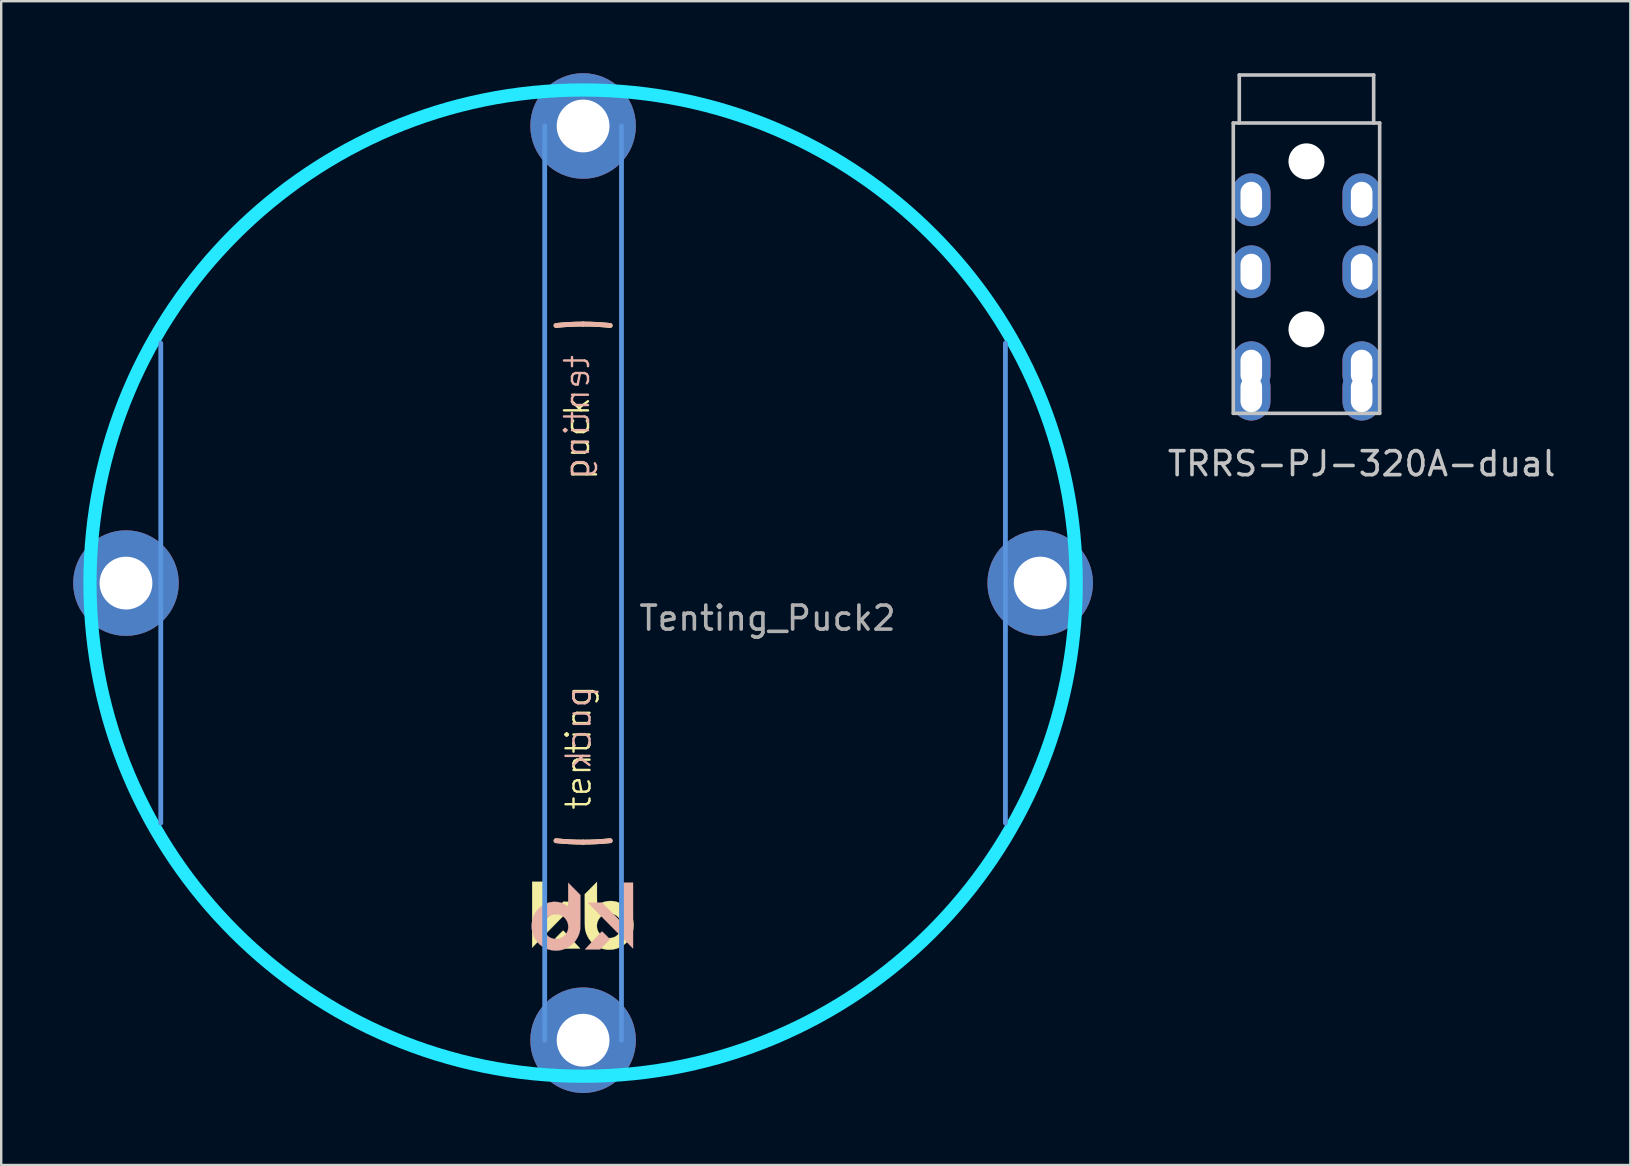
<source format=kicad_pcb>
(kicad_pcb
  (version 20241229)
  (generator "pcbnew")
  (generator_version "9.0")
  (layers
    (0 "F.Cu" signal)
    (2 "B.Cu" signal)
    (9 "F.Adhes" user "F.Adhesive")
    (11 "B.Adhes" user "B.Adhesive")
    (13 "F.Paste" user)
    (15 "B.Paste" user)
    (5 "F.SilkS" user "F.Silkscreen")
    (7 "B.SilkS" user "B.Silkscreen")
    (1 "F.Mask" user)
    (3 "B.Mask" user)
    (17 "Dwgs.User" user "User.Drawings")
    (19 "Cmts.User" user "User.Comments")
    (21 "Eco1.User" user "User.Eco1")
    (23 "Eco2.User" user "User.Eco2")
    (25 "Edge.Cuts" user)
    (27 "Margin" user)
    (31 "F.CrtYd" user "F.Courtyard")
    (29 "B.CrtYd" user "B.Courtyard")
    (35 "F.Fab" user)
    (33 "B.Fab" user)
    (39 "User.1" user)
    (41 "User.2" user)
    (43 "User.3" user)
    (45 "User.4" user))
  (footprint "Tenting_Puck2"
    (layer "F.Cu")
    (at 21.25 21.25)
    (property "Reference" "Tenting_Puck2" (at 7.684 1.46 0) (layer "F.Fab") (effects (font (size 1 1) (thickness 0.15))))
    (attr through_hole)
    (fp_arc (start -20.32 -2.8575) (mid -19.91151 -4.959786) (end -19.286134 -7.008048) (stroke (width 0.2) (type solid)) (layer "F.SilkS"))
    (fp_arc (start -19.286134 7.008047) (mid -19.91151 4.959786) (end -20.32 2.8575) (stroke (width 0.2) (type solid)) (layer "F.SilkS"))
    (fp_arc (start -7.008048 -19.286134) (mid -4.959786 -19.91151) (end -2.8575 -20.32) (stroke (width 0.2) (type solid)) (layer "F.SilkS"))
    (fp_arc (start -2.8575 20.32) (mid -4.959785 19.91151) (end -7.008046 19.286135) (stroke (width 0.2) (type solid)) (layer "F.SilkS"))
    (fp_arc (start -1.128385 -10.735864) (mid -0.564967 -10.780206) (end 0 -10.795) (stroke (width 0.2) (type solid)) (layer "F.SilkS"))
    (fp_arc (start 0 -10.795) (mid 0.564967 -10.780206) (end 1.128385 -10.735864) (stroke (width 0.2) (type solid)) (layer "F.SilkS"))
    (fp_arc (start 0 10.795) (mid -0.564967 10.780206) (end -1.128385 10.735864) (stroke (width 0.2) (type solid)) (layer "F.SilkS"))
    (fp_arc (start 1.128385 10.735864) (mid 0.564967 10.780206) (end 0 10.795) (stroke (width 0.2) (type solid)) (layer "F.SilkS"))
    (fp_arc (start 2.8575 -20.32) (mid 4.959786 -19.91151) (end 7.008047 -19.286134) (stroke (width 0.2) (type solid)) (layer "F.SilkS"))
    (fp_arc (start 7.008047 19.286134) (mid 4.959786 19.91151) (end 2.8575 20.32) (stroke (width 0.2) (type solid)) (layer "F.SilkS"))
    (fp_arc (start 19.286135 -7.008045) (mid 19.91151 -4.959785) (end 20.32 -2.8575) (stroke (width 0.2) (type solid)) (layer "F.SilkS"))
    (fp_arc (start 20.32 2.8575) (mid 19.91151 4.959785) (end 19.286135 7.008046) (stroke (width 0.2) (type solid)) (layer "F.SilkS"))
    (fp_poly (pts (xy -1.627 14.082) (xy -0.824 13.279) (xy -0.535 13.282) (xy -0.247 13.285) (xy -1.094 14.145) (xy -1.212 14.265) (xy -1.327 14.382) (xy -1.437 14.494) (xy -1.542 14.6) (xy -1.64 14.7) (xy -1.731 14.791) (xy -1.811 14.874) (xy -1.882 14.945) (xy -1.941 15.005) (xy -1.987 15.052) (xy -2.019 15.084) (xy -2.032 15.098) (xy -2.123 15.19) (xy -2.123 12.448) (xy -1.627 12.448) (xy -1.627 14.082)) (stroke (width 0.01) (type solid)) (fill yes) (layer "F.SilkS"))
    (fp_poly (pts (xy -0.82 14.488) (xy -0.797 14.511) (xy -0.763 14.547) (xy -0.719 14.593) (xy -0.666 14.647) (xy -0.609 14.708) (xy -0.547 14.773) (xy -0.483 14.841) (xy -0.42 14.908) (xy -0.359 14.973) (xy -0.302 15.034) (xy -0.251 15.089) (xy -0.208 15.135) (xy -0.175 15.171) (xy -0.154 15.194) (xy -0.152 15.197) (xy -0.124 15.231) (xy -0.744 15.231) (xy -0.917 15.055) (xy -0.971 15) (xy -1.021 14.948) (xy -1.065 14.903) (xy -1.099 14.868) (xy -1.121 14.844) (xy -1.124 14.841) (xy -1.158 14.803) (xy -0.997 14.642) (xy -0.948 14.592) (xy -0.903 14.549) (xy -0.867 14.514) (xy -0.842 14.491) (xy -0.829 14.48) (xy -0.829 14.48) (xy -0.82 14.488)) (stroke (width 0.01) (type solid)) (fill yes) (layer "F.SilkS"))
    (fp_poly (pts (xy 0.578 12.948) (xy 0.578 13.052) (xy 0.579 13.149) (xy 0.58 13.236) (xy 0.581 13.31) (xy 0.582 13.37) (xy 0.583 13.413) (xy 0.585 13.437) (xy 0.586 13.441) (xy 0.598 13.435) (xy 0.623 13.419) (xy 0.647 13.401) (xy 0.762 13.331) (xy 0.884 13.282) (xy 1.014 13.254) (xy 1.153 13.247) (xy 1.171 13.248) (xy 1.261 13.255) (xy 1.337 13.267) (xy 1.409 13.286) (xy 1.484 13.315) (xy 1.554 13.348) (xy 1.682 13.423) (xy 1.795 13.515) (xy 1.892 13.622) (xy 1.972 13.743) (xy 2.033 13.874) (xy 2.076 14.016) (xy 2.099 14.167) (xy 2.102 14.256) (xy 2.092 14.409) (xy 2.061 14.553) (xy 2.008 14.693) (xy 1.95 14.8) (xy 1.865 14.92) (xy 1.763 15.025) (xy 1.648 15.113) (xy 1.521 15.184) (xy 1.385 15.236) (xy 1.241 15.268) (xy 1.093 15.279) (xy 0.993 15.275) (xy 0.848 15.25) (xy 0.707 15.204) (xy 0.574 15.138) (xy 0.452 15.054) (xy 0.343 14.954) (xy 0.335 14.944) (xy 0.254 14.84) (xy 0.184 14.722) (xy 0.129 14.596) (xy 0.092 14.469) (xy 0.083 14.423) (xy 0.08 14.394) (xy 0.078 14.344) (xy 0.076 14.294) (xy 0.573 14.294) (xy 0.583 14.391) (xy 0.614 14.485) (xy 0.642 14.539) (xy 0.709 14.628) (xy 0.789 14.699) (xy 0.878 14.751) (xy 0.975 14.784) (xy 1.076 14.797) (xy 1.18 14.789) (xy 1.253 14.769) (xy 1.296 14.753) (xy 1.337 14.736) (xy 1.353 14.728) (xy 1.398 14.697) (xy 1.448 14.651) (xy 1.496 14.595) (xy 1.537 14.537) (xy 1.559 14.498) (xy 1.579 14.454) (xy 1.591 14.415) (xy 1.599 14.373) (xy 1.603 14.318) (xy 1.603 14.313) (xy 1.6 14.205) (xy 1.577 14.107) (xy 1.534 14.014) (xy 1.516 13.985) (xy 1.451 13.908) (xy 1.372 13.845) (xy 1.283 13.8) (xy 1.186 13.772) (xy 1.085 13.763) (xy 0.984 13.773) (xy 0.885 13.803) (xy 0.871 13.81) (xy 0.783 13.863) (xy 0.709 13.931) (xy 0.65 14.011) (xy 0.607 14.101) (xy 0.581 14.196) (xy 0.573 14.294) (xy 0.076 14.294) (xy 0.076 14.274) (xy 0.074 14.185) (xy 0.072 14.078) (xy 0.071 13.955) (xy 0.071 13.818) (xy 0.071 13.668) (xy 0.071 13.656) (xy 0.07 12.964) (xy 0.578 12.454) (xy 0.578 12.948)) (stroke (width 0.01) (type solid)) (fill yes) (layer "F.SilkS"))
    (fp_arc (start -20.32 -2.8575) (mid -19.91151 -4.959784) (end -19.286136 -7.008044) (stroke (width 0.2) (type solid)) (layer "B.SilkS"))
    (fp_arc (start -19.286135 7.008046) (mid -19.91151 4.959785) (end -20.32 2.8575) (stroke (width 0.2) (type solid)) (layer "B.SilkS"))
    (fp_arc (start -7.008046 -19.286135) (mid -4.959785 -19.91151) (end -2.8575 -20.32) (stroke (width 0.2) (type solid)) (layer "B.SilkS"))
    (fp_arc (start -2.8575 20.32) (mid -4.959785 19.91151) (end -7.008045 19.286135) (stroke (width 0.2) (type solid)) (layer "B.SilkS"))
    (fp_arc (start -1.128385 -10.735864) (mid -0.564967 -10.780206) (end 0 -10.795) (stroke (width 0.2) (type solid)) (layer "B.SilkS"))
    (fp_arc (start 0 -10.795) (mid 0.564967 -10.780206) (end 1.128385 -10.735864) (stroke (width 0.2) (type solid)) (layer "B.SilkS"))
    (fp_arc (start 0 10.795) (mid -0.564967 10.780206) (end -1.128385 10.735864) (stroke (width 0.2) (type solid)) (layer "B.SilkS"))
    (fp_arc (start 1.128385 10.735864) (mid 0.564967 10.780206) (end 0 10.795) (stroke (width 0.2) (type solid)) (layer "B.SilkS"))
    (fp_arc (start 2.8575 -20.32) (mid 4.959787 -19.91151) (end 7.008049 -19.286134) (stroke (width 0.2) (type solid)) (layer "B.SilkS"))
    (fp_arc (start 7.008045 19.286135) (mid 4.959785 19.91151) (end 2.8575 20.32) (stroke (width 0.2) (type solid)) (layer "B.SilkS"))
    (fp_arc (start 19.286134 -7.008048) (mid 19.91151 -4.959786) (end 20.32 -2.8575) (stroke (width 0.2) (type solid)) (layer "B.SilkS"))
    (fp_arc (start 20.32 2.8575) (mid 19.91151 4.959786) (end 19.286134 7.008048) (stroke (width 0.2) (type solid)) (layer "B.SilkS"))
    (fp_poly (pts (xy 1.584 14.118) (xy 0.782 13.315) (xy 0.493 13.318) (xy 0.205 13.322) (xy 1.052 14.182) (xy 1.17 14.301) (xy 1.285 14.418) (xy 1.395 14.53) (xy 1.5 14.637) (xy 1.598 14.736) (xy 1.688 14.828) (xy 1.769 14.91) (xy 1.84 14.981) (xy 1.899 15.041) (xy 1.944 15.088) (xy 1.976 15.12) (xy 1.99 15.134) (xy 2.081 15.226) (xy 2.081 12.484) (xy 1.584 12.484) (xy 1.584 14.118)) (stroke (width 0.01) (type solid)) (fill yes) (layer "B.SilkS"))
    (fp_poly (pts (xy 0.778 14.525) (xy 0.755 14.547) (xy 0.721 14.583) (xy 0.676 14.629) (xy 0.624 14.684) (xy 0.566 14.745) (xy 0.505 14.81) (xy 0.441 14.877) (xy 0.378 14.944) (xy 0.316 15.009) (xy 0.259 15.07) (xy 0.208 15.125) (xy 0.166 15.172) (xy 0.133 15.207) (xy 0.112 15.231) (xy 0.11 15.233) (xy 0.082 15.267) (xy 0.702 15.267) (xy 0.875 15.091) (xy 0.929 15.036) (xy 0.979 14.985) (xy 1.023 14.939) (xy 1.057 14.904) (xy 1.079 14.88) (xy 1.082 14.877) (xy 1.116 14.839) (xy 0.955 14.678) (xy 0.905 14.628) (xy 0.861 14.585) (xy 0.825 14.55) (xy 0.799 14.527) (xy 0.787 14.517) (xy 0.787 14.516) (xy 0.778 14.525)) (stroke (width 0.01) (type solid)) (fill yes) (layer "B.SilkS"))
    (fp_poly (pts (xy -0.621 12.984) (xy -0.621 13.088) (xy -0.621 13.185) (xy -0.622 13.272) (xy -0.623 13.346) (xy -0.624 13.406) (xy -0.625 13.45) (xy -0.627 13.473) (xy -0.628 13.477) (xy -0.64 13.471) (xy -0.665 13.455) (xy -0.689 13.438) (xy -0.804 13.367) (xy -0.926 13.318) (xy -1.057 13.29) (xy -1.196 13.284) (xy -1.214 13.284) (xy -1.303 13.291) (xy -1.38 13.303) (xy -1.451 13.322) (xy -1.526 13.351) (xy -1.596 13.384) (xy -1.724 13.459) (xy -1.837 13.551) (xy -1.934 13.658) (xy -2.014 13.779) (xy -2.076 13.911) (xy -2.118 14.053) (xy -2.141 14.203) (xy -2.145 14.293) (xy -2.134 14.445) (xy -2.103 14.59) (xy -2.05 14.729) (xy -1.993 14.836) (xy -1.907 14.956) (xy -1.805 15.061) (xy -1.69 15.149) (xy -1.563 15.22) (xy -1.427 15.272) (xy -1.283 15.304) (xy -1.135 15.316) (xy -1.035 15.311) (xy -0.89 15.286) (xy -0.75 15.24) (xy -0.616 15.174) (xy -0.494 15.09) (xy -0.386 14.99) (xy -0.377 14.981) (xy -0.296 14.876) (xy -0.226 14.758) (xy -0.171 14.632) (xy -0.134 14.505) (xy -0.125 14.459) (xy -0.122 14.43) (xy -0.12 14.38) (xy -0.118 14.33) (xy -0.615 14.33) (xy -0.625 14.428) (xy -0.656 14.522) (xy -0.684 14.576) (xy -0.751 14.664) (xy -0.831 14.735) (xy -0.92 14.787) (xy -1.017 14.82) (xy -1.119 14.833) (xy -1.222 14.825) (xy -1.295 14.805) (xy -1.338 14.789) (xy -1.379 14.772) (xy -1.395 14.764) (xy -1.441 14.733) (xy -1.49 14.687) (xy -1.538 14.632) (xy -1.579 14.573) (xy -1.601 14.534) (xy -1.621 14.49) (xy -1.634 14.452) (xy -1.641 14.409) (xy -1.645 14.354) (xy -1.646 14.349) (xy -1.642 14.241) (xy -1.619 14.144) (xy -1.576 14.05) (xy -1.558 14.022) (xy -1.493 13.944) (xy -1.415 13.882) (xy -1.325 13.836) (xy -1.228 13.808) (xy -1.127 13.799) (xy -1.026 13.809) (xy -0.927 13.84) (xy -0.913 13.846) (xy -0.825 13.899) (xy -0.751 13.967) (xy -0.692 14.047) (xy -0.649 14.137) (xy -0.623 14.232) (xy -0.615 14.33) (xy -0.118 14.33) (xy -0.118 14.31) (xy -0.116 14.221) (xy -0.115 14.114) (xy -0.114 13.991) (xy -0.113 13.854) (xy -0.113 13.704) (xy -0.113 13.692) (xy -0.113 13) (xy -0.62 12.49) (xy -0.621 12.984)) (stroke (width 0.01) (type solid)) (fill yes) (layer "B.SilkS"))
    (fp_line (start -17.6 10) (end -17.6 -10) (stroke (width 0.2) (type solid)) (layer "Cmts.User"))
    (fp_line (start -1.6 19.05) (end -1.6 -19.05) (stroke (width 0.2) (type solid)) (layer "Cmts.User"))
    (fp_line (start 1.6 19.05) (end 1.6 -19.05) (stroke (width 0.2) (type solid)) (layer "Cmts.User"))
    (fp_line (start 17.6 10) (end 17.6 -10) (stroke (width 0.2) (type solid)) (layer "Cmts.User"))
    (fp_circle (center 0 0) (end 20.55 0) (stroke (width 0.55) (type solid)) (fill no) (layer "B.CrtYd"))
    (fp_text user "tenting" (at -0.191 6.858 90) (layer "F.SilkS") (effects (font (size 1 1) (thickness 0.1))))
    (fp_text user "puck" (at -0.254 -6.032 90) (layer "F.SilkS") (effects (font (size 1 1) (thickness 0.1))))
    (fp_text user "puck" (at -0.191 6.032 90) (unlocked yes) (layer "B.SilkS") (effects (font (size 1 1) (thickness 0.1)) (justify mirror)))
    (fp_text user "tenting" (at -0.254 -6.921 90) (layer "B.SilkS") (effects (font (size 1 1) (thickness 0.1)) (justify mirror)))
    (pad "1" thru_hole circle (at -19.05 0) (size 4.4 4.4) (drill 2.2) (layers "*.Cu" "*.Mask"))
    (pad "1" thru_hole circle (at 0 -19.05) (size 4.4 4.4) (drill 2.2) (layers "*.Cu" "*.Mask"))
    (pad "1" thru_hole circle (at 0 19.05) (size 4.4 4.4) (drill 2.2) (layers "*.Cu" "*.Mask"))
    (pad "1" thru_hole circle (at 19.05 0) (size 4.4 4.4) (drill 2.2) (layers "*.Cu" "*.Mask")))
  (footprint "TRRS-PJ-320A-dual"
    (layer "F.Cu")
    (at 51.516 7.635)
    (property "Reference" "TRRS-PJ-320A-dual" (at 2.18 8.64 180) (layer "Dwgs.User") (effects (font (size 1 1) (thickness 0.15))))
    (attr through_hole)
    (fp_line (start -3.17 -5.56) (end -3.17 6.54) (stroke (width 0.15) (type solid)) (layer "Dwgs.User"))
    (fp_line (start -2.92 -5.56) (end -2.92 -7.56) (stroke (width 0.15) (type solid)) (layer "Dwgs.User"))
    (fp_line (start 2.68 -7.56) (end -2.92 -7.56) (stroke (width 0.15) (type solid)) (layer "Dwgs.User"))
    (fp_line (start 2.68 -5.56) (end 2.68 -7.56) (stroke (width 0.15) (type solid)) (layer "Dwgs.User"))
    (fp_line (start 2.93 -5.56) (end -3.17 -5.56) (stroke (width 0.15) (type solid)) (layer "Dwgs.User"))
    (fp_line (start 2.93 -5.56) (end 2.93 6.54) (stroke (width 0.15) (type solid)) (layer "Dwgs.User"))
    (fp_line (start 2.93 6.54) (end -3.17 6.54) (stroke (width 0.15) (type solid)) (layer "Dwgs.User"))
    (pad "" np_thru_hole circle (at -0.12 -3.96) (size 1.5 1.5) (drill 1.5) (layers "*.Cu" "*.Mask"))
    (pad "" np_thru_hole circle (at -0.12 3.04) (size 1.5 1.5) (drill 1.5) (layers "*.Cu" "*.Mask"))
    (pad "1" thru_hole oval (at -2.42 5.74) (size 1.6 2.2) (drill oval 0.9 1.5) (layers "*.Cu" "*.Mask"))
    (pad "1" thru_hole oval (at 2.18 5.74) (size 1.6 2.2) (drill oval 0.9 1.5) (layers "*.Cu" "*.Mask"))
    (pad "2" thru_hole oval (at -2.42 4.64) (size 1.6 2.2) (drill oval 0.9 1.5) (layers "*.Cu" "*.Mask"))
    (pad "2" thru_hole oval (at 2.18 4.64) (size 1.6 2.2) (drill oval 0.9 1.5) (layers "*.Cu" "*.Mask"))
    (pad "3" thru_hole oval (at -2.42 0.64) (size 1.6 2.2) (drill oval 0.9 1.5) (layers "*.Cu" "*.Mask"))
    (pad "3" thru_hole oval (at 2.18 0.64) (size 1.6 2.2) (drill oval 0.9 1.5) (layers "*.Cu" "*.Mask"))
    (pad "4" thru_hole oval (at -2.42 -2.36) (size 1.6 2.2) (drill oval 0.9 1.5) (layers "*.Cu" "*.Mask"))
    (pad "4" thru_hole oval (at 2.18 -2.36) (size 1.6 2.2) (drill oval 0.9 1.5) (layers "*.Cu" "*.Mask")))
  (gr_rect
    (start -3 -3)
    (end 64.893 45.5)
    (stroke (width 0.1) (type default))
    (fill no)
    (layer "Edge.Cuts")))
</source>
